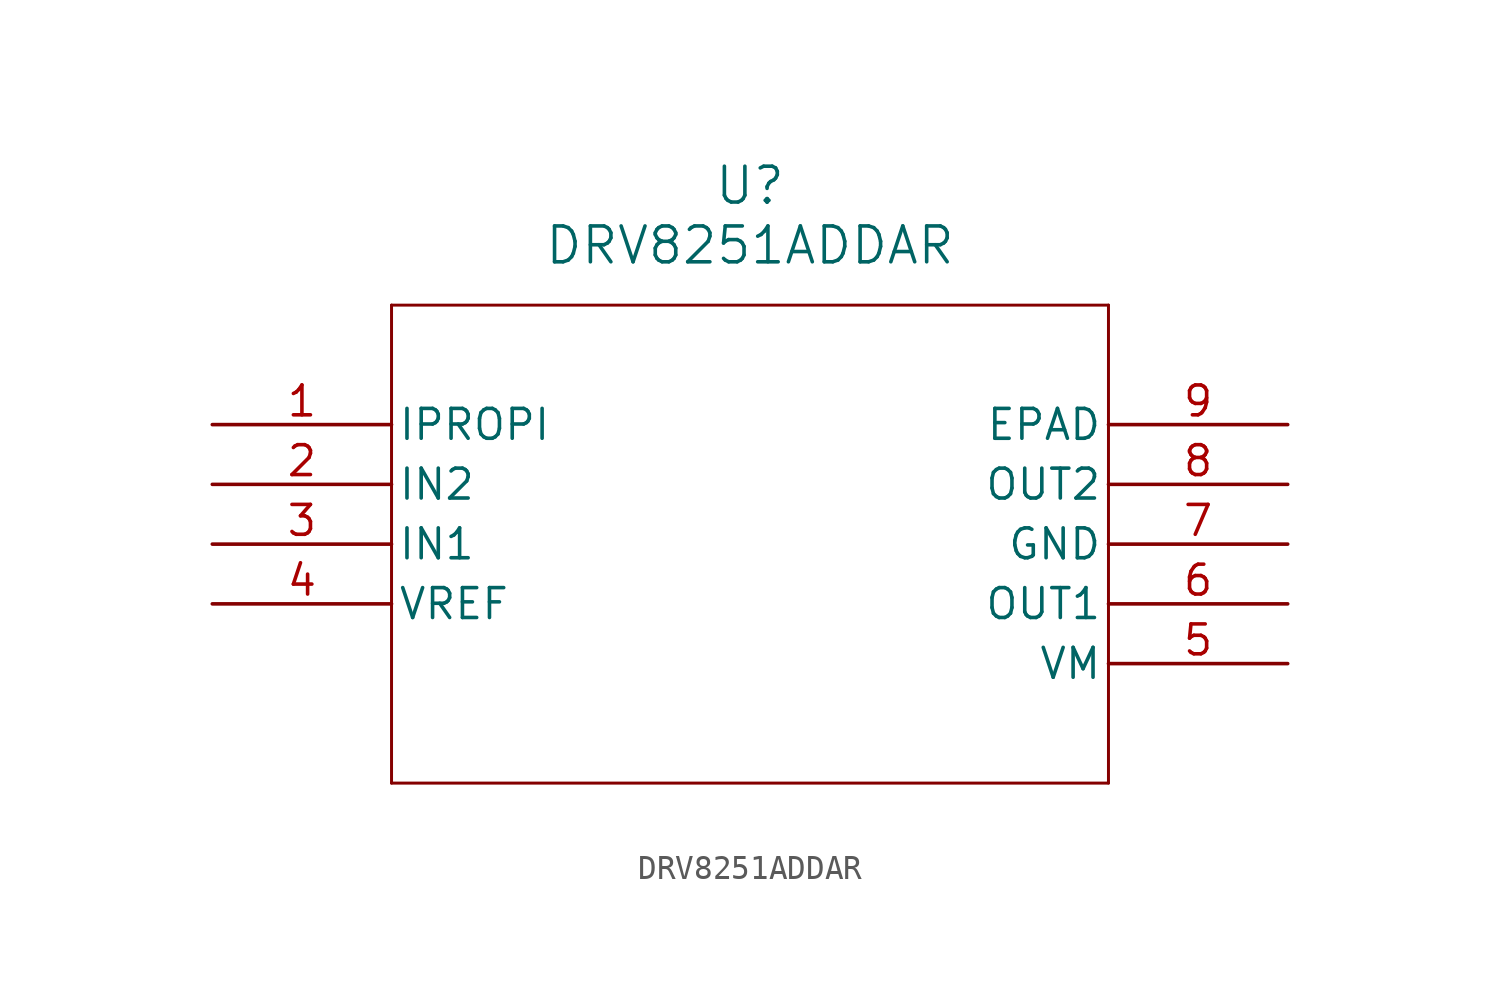
<source format=kicad_sym>
(kicad_symbol_lib
  (version 20231120)
  (generator "kicad_symbol_editor")
  (generator_version "8.0")
  (symbol "DRV8251ADDAR"
    (pin_names
      (offset 0.254))
    (property "Reference" "U"
      (at 22.86 10.16 0)
      (effects (font (size 1.524 1.524))))
    (property "Value" "DRV8251ADDAR"
      (at 22.86 7.62 0)
      (effects (font (size 1.524 1.524))))
    (property "ki_locked" ""
      (at 0 0 0)
      (effects (font (size 1.27 1.27))))
    (symbol "DRV8251ADDAR_0_1"
      (polyline (pts (xy 7.62 -15.24) (xy 38.1 -15.24)) (stroke (width 0.127) (type default)) (fill (type none)))
      (polyline (pts (xy 7.62 5.08) (xy 7.62 -15.24)) (stroke (width 0.127) (type default)) (fill (type none)))
      (polyline (pts (xy 38.1 -15.24) (xy 38.1 5.08)) (stroke (width 0.127) (type default)) (fill (type none)))
      (polyline (pts (xy 38.1 5.08) (xy 7.62 5.08)) (stroke (width 0.127) (type default)) (fill (type none)))
      (pin power_in line (at 0 0 0) (length 7.62) (name "IPROPI" (effects (font (size 1.27 1.27)))) (number "1" (effects (font (size 1.27 1.27)))))
      (pin input line (at 0 -2.54 0) (length 7.62) (name "IN2" (effects (font (size 1.27 1.27)))) (number "2" (effects (font (size 1.27 1.27)))))
      (pin input line (at 0 -5.08 0) (length 7.62) (name "IN1" (effects (font (size 1.27 1.27)))) (number "3" (effects (font (size 1.27 1.27)))))
      (pin power_in line (at 0 -7.62 0) (length 7.62) (name "VREF" (effects (font (size 1.27 1.27)))) (number "4" (effects (font (size 1.27 1.27)))))
      (pin power_in line (at 45.72 -10.16 180) (length 7.62) (name "VM" (effects (font (size 1.27 1.27)))) (number "5" (effects (font (size 1.27 1.27)))))
      (pin output line (at 45.72 -7.62 180) (length 7.62) (name "OUT1" (effects (font (size 1.27 1.27)))) (number "6" (effects (font (size 1.27 1.27)))))
      (pin power_out line (at 45.72 -5.08 180) (length 7.62) (name "GND" (effects (font (size 1.27 1.27)))) (number "7" (effects (font (size 1.27 1.27)))))
      (pin output line (at 45.72 -2.54 180) (length 7.62) (name "OUT2" (effects (font (size 1.27 1.27)))) (number "8" (effects (font (size 1.27 1.27)))))
      (pin power_out line (at 45.72 0 180) (length 7.62) (name "EPAD" (effects (font (size 1.27 1.27)))) (number "9" (effects (font (size 1.27 1.27))))))))
</source>
